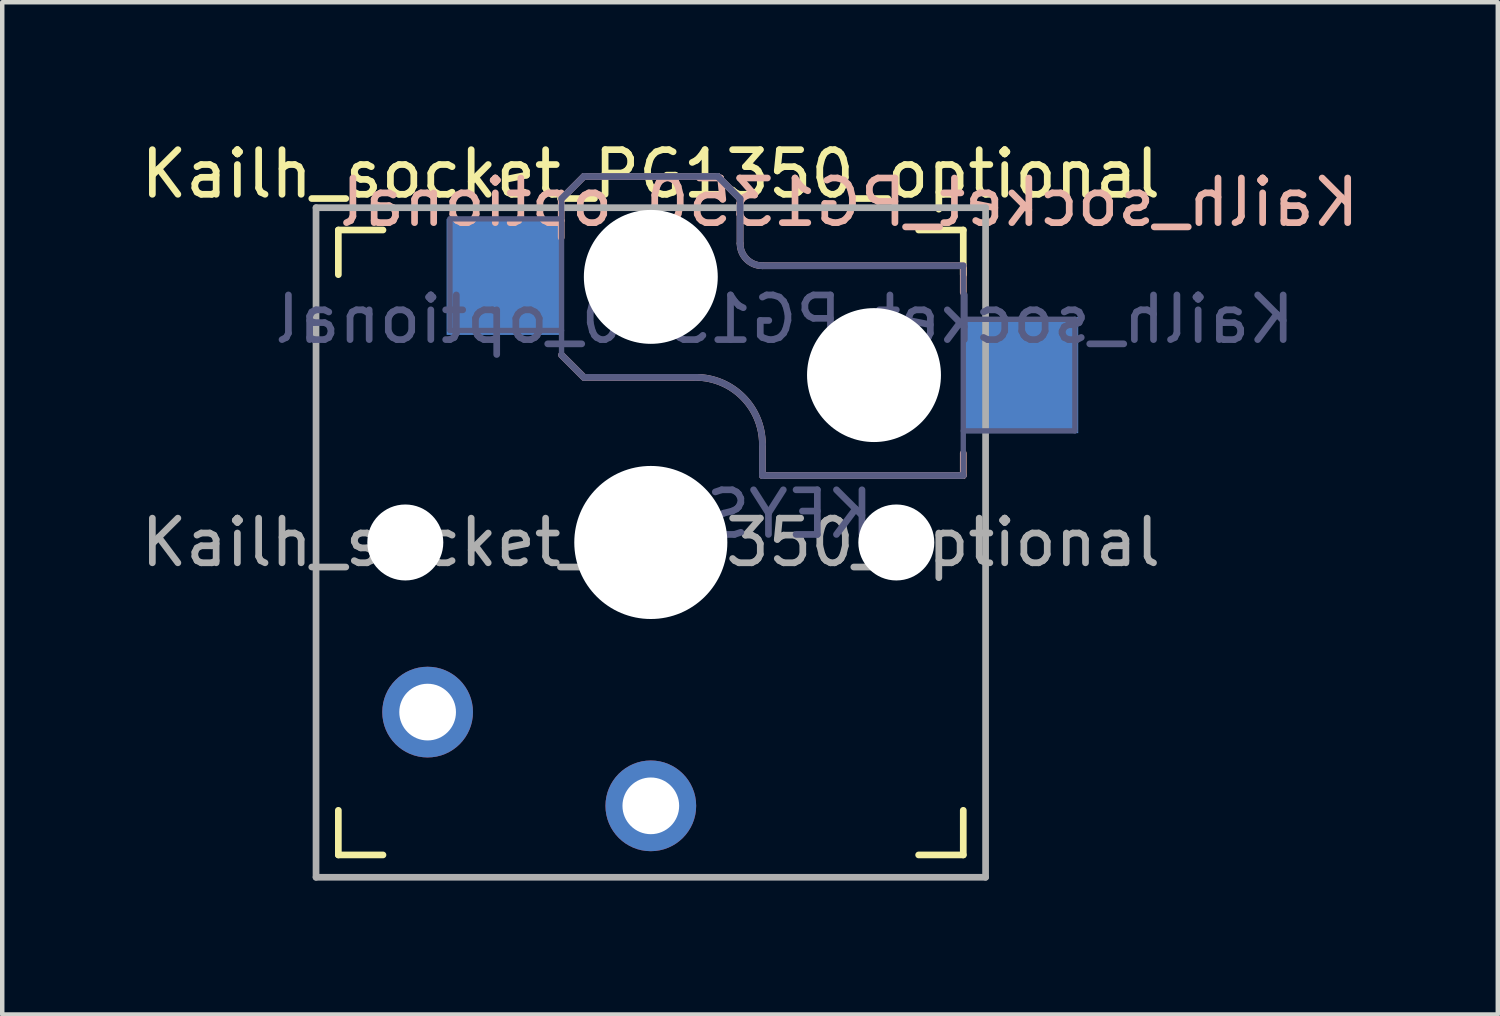
<source format=kicad_pcb>
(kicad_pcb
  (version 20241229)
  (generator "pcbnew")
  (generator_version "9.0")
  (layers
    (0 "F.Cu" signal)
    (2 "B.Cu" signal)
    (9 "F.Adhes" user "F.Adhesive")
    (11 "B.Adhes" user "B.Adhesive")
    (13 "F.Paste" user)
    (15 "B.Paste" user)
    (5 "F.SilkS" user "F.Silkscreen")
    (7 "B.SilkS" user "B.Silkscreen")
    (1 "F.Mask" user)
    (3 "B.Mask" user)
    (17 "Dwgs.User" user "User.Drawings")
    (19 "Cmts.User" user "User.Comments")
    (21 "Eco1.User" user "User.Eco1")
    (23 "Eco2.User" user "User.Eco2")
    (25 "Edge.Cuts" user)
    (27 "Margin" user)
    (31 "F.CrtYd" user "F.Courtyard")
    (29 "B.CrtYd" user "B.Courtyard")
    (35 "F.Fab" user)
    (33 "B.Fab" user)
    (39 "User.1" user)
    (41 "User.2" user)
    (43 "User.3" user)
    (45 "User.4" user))
  (footprint "Kailh_socket_PG1350_optional"
    (layer "F.Cu")
    (at 11.53 9.103)
    (property "Reference" "Kailh_socket_PG1350_optional" (at 0 -8.255 0) (layer "F.SilkS") (effects (font (size 1 1) (thickness 0.15))))
    (property "Value" "KEYSW" (at 0 8.25 0) (layer "F.Fab") (hide yes) (effects (font (size 1 1) (thickness 0.15))))
    (attr through_hole)
    (fp_line (start -7 -6) (end -7 -7) (stroke (width 0.15) (type solid)) (layer "F.SilkS"))
    (fp_line (start -7 7) (end -7 6) (stroke (width 0.15) (type solid)) (layer "F.SilkS"))
    (fp_line (start -7 7) (end -6 7) (stroke (width 0.15) (type solid)) (layer "F.SilkS"))
    (fp_line (start -6 -7) (end -7 -7) (stroke (width 0.15) (type solid)) (layer "F.SilkS"))
    (fp_line (start 6 7) (end 7 7) (stroke (width 0.15) (type solid)) (layer "F.SilkS"))
    (fp_line (start 7 -7) (end 6 -7) (stroke (width 0.15) (type solid)) (layer "F.SilkS"))
    (fp_line (start 7 -7) (end 7 -6) (stroke (width 0.15) (type solid)) (layer "F.SilkS"))
    (fp_line (start 7 6) (end 7 7) (stroke (width 0.15) (type solid)) (layer "F.SilkS"))
    (fp_line (start -2 -7.7) (end -1.5 -8.2) (stroke (width 0.15) (type solid)) (layer "B.SilkS"))
    (fp_line (start -2 -4.2) (end -1.5 -3.7) (stroke (width 0.15) (type solid)) (layer "B.SilkS"))
    (fp_line (start -1.5 -8.2) (end 1.5 -8.2) (stroke (width 0.15) (type solid)) (layer "B.SilkS"))
    (fp_line (start -1.5 -3.7) (end 1 -3.7) (stroke (width 0.15) (type solid)) (layer "B.SilkS"))
    (fp_line (start 1.5 -8.2) (end 2 -7.7) (stroke (width 0.15) (type solid)) (layer "B.SilkS"))
    (fp_line (start 2 -6.7) (end 2 -7.7) (stroke (width 0.15) (type solid)) (layer "B.SilkS"))
    (fp_line (start 2.5 -2.2) (end 2.5 -1.5) (stroke (width 0.15) (type solid)) (layer "B.SilkS"))
    (fp_line (start 2.5 -1.5) (end 7 -1.5) (stroke (width 0.15) (type solid)) (layer "B.SilkS"))
    (fp_line (start 7 -6.2) (end 2.5 -6.2) (stroke (width 0.15) (type solid)) (layer "B.SilkS"))
    (fp_line (start 7 -5.6) (end 7 -6.2) (stroke (width 0.15) (type solid)) (layer "B.SilkS"))
    (fp_line (start 7 -1.5) (end 7 -2) (stroke (width 0.15) (type solid)) (layer "B.SilkS"))
    (fp_arc (start 1 -3.7) (mid 2.06066 -3.26066) (end 2.5 -2.2) (stroke (width 0.15) (type solid)) (layer "B.SilkS"))
    (fp_arc (start 2.5 -6.2) (mid 2.146447 -6.346447) (end 2 -6.7) (stroke (width 0.15) (type solid)) (layer "B.SilkS"))
    (fp_line (start -6.9 6.9) (end -6.9 -6.9) (stroke (width 0.15) (type solid)) (layer "Eco2.User"))
    (fp_line (start -6.9 6.9) (end 6.9 6.9) (stroke (width 0.15) (type solid)) (layer "Eco2.User"))
    (fp_line (start -2.6 -3.1) (end -2.6 -6.3) (stroke (width 0.15) (type solid)) (layer "Eco2.User"))
    (fp_line (start -2.6 -3.1) (end 2.6 -3.1) (stroke (width 0.15) (type solid)) (layer "Eco2.User"))
    (fp_line (start 2.6 -6.3) (end -2.6 -6.3) (stroke (width 0.15) (type solid)) (layer "Eco2.User"))
    (fp_line (start 2.6 -3.1) (end 2.6 -6.3) (stroke (width 0.15) (type solid)) (layer "Eco2.User"))
    (fp_line (start 6.9 -6.9) (end -6.9 -6.9) (stroke (width 0.15) (type solid)) (layer "Eco2.User"))
    (fp_line (start 6.9 -6.9) (end 6.9 6.9) (stroke (width 0.15) (type solid)) (layer "Eco2.User"))
    (fp_line (start -4.5 -7.25) (end -2 -7.25) (stroke (width 0.12) (type solid)) (layer "B.Fab"))
    (fp_line (start -4.5 -4.75) (end -4.5 -7.25) (stroke (width 0.12) (type solid)) (layer "B.Fab"))
    (fp_line (start -2 -7.7) (end -1.5 -8.2) (stroke (width 0.15) (type solid)) (layer "B.Fab"))
    (fp_line (start -2 -4.75) (end -4.5 -4.75) (stroke (width 0.12) (type solid)) (layer "B.Fab"))
    (fp_line (start -2 -4.25) (end -2 -7.7) (stroke (width 0.12) (type solid)) (layer "B.Fab"))
    (fp_line (start -2 -4.2) (end -1.5 -3.7) (stroke (width 0.15) (type solid)) (layer "B.Fab"))
    (fp_line (start -1.5 -8.2) (end 1.5 -8.2) (stroke (width 0.15) (type solid)) (layer "B.Fab"))
    (fp_line (start -1.5 -3.7) (end 1 -3.7) (stroke (width 0.15) (type solid)) (layer "B.Fab"))
    (fp_line (start 1.5 -8.2) (end 2 -7.7) (stroke (width 0.15) (type solid)) (layer "B.Fab"))
    (fp_line (start 2 -6.7) (end 2 -7.7) (stroke (width 0.15) (type solid)) (layer "B.Fab"))
    (fp_line (start 2.5 -2.2) (end 2.5 -1.5) (stroke (width 0.15) (type solid)) (layer "B.Fab"))
    (fp_line (start 2.5 -1.5) (end 7 -1.5) (stroke (width 0.15) (type solid)) (layer "B.Fab"))
    (fp_line (start 7 -6.2) (end 2.5 -6.2) (stroke (width 0.15) (type solid)) (layer "B.Fab"))
    (fp_line (start 7 -5) (end 9.5 -5) (stroke (width 0.12) (type solid)) (layer "B.Fab"))
    (fp_line (start 7 -1.5) (end 7 -6.2) (stroke (width 0.12) (type solid)) (layer "B.Fab"))
    (fp_line (start 9.5 -5) (end 9.5 -2.5) (stroke (width 0.12) (type solid)) (layer "B.Fab"))
    (fp_line (start 9.5 -2.5) (end 7 -2.5) (stroke (width 0.12) (type solid)) (layer "B.Fab"))
    (fp_arc (start 1 -3.7) (mid 2.06066 -3.26066) (end 2.5 -2.2) (stroke (width 0.15) (type solid)) (layer "B.Fab"))
    (fp_arc (start 2.5 -6.2) (mid 2.146447 -6.346447) (end 2 -6.7) (stroke (width 0.15) (type solid)) (layer "B.Fab"))
    (fp_line (start -7.5 -7.5) (end 7.5 -7.5) (stroke (width 0.15) (type solid)) (layer "F.Fab"))
    (fp_line (start -7.5 7.5) (end -7.5 -7.5) (stroke (width 0.15) (type solid)) (layer "F.Fab"))
    (fp_line (start 7.5 -7.5) (end 7.5 7.5) (stroke (width 0.15) (type solid)) (layer "F.Fab"))
    (fp_line (start 7.5 7.5) (end -7.5 7.5) (stroke (width 0.15) (type solid)) (layer "F.Fab"))
    (fp_text user "${REFERENCE}" (at 4.445 -7.62 0) (layer "B.SilkS") (effects (font (size 1 1) (thickness 0.15)) (justify mirror)))
    (fp_text user "${REFERENCE}" (at 3 -5 180) (layer "B.Fab") (effects (font (size 1 1) (thickness 0.15)) (justify mirror)))
    (fp_text user "${VALUE}" (at 2.54 -0.635 0) (layer "B.Fab") (effects (font (size 1 1) (thickness 0.15)) (justify mirror)))
    (fp_text user "${REFERENCE}" (at 0 0 0) (layer "F.Fab") (effects (font (size 1 1) (thickness 0.15))))
    (pad "" np_thru_hole circle (at -5.5 0) (size 1.702 1.702) (drill 1.702) (layers "*.Cu" "*.Mask"))
    (pad "" np_thru_hole circle (at 0 -5.95) (size 3 3) (drill 3) (layers "*.Cu" "*.Mask"))
    (pad "" np_thru_hole circle (at 0 0) (size 3.429 3.429) (drill 3.429) (layers "*.Cu" "*.Mask"))
    (pad "" np_thru_hole circle (at 5 -3.75) (size 3 3) (drill 3) (layers "*.Cu" "*.Mask"))
    (pad "" np_thru_hole circle (at 5.5 0) (size 1.702 1.702) (drill 1.702) (layers "*.Cu" "*.Mask"))
    (pad "1" smd rect (at -3.275 -5.95) (size 2.6 2.6) (layers "B.Cu" "B.Mask" "B.Paste"))
    (pad "1" thru_hole circle (at 0 5.9) (size 2.032 2.032) (drill 1.27) (layers "*.Cu" "*.Mask"))
    (pad "2" thru_hole circle (at -5 3.8) (size 2.032 2.032) (drill 1.27) (layers "*.Cu" "*.Mask"))
    (pad "2" smd rect (at 8.275 -3.75) (size 2.6 2.6) (layers "B.Cu" "B.Mask" "B.Paste")))
  (gr_rect
    (start -3 -3)
    (end 30.505 19.678)
    (stroke (width 0.1) (type default))
    (fill no)
    (layer "Edge.Cuts")))
</source>
